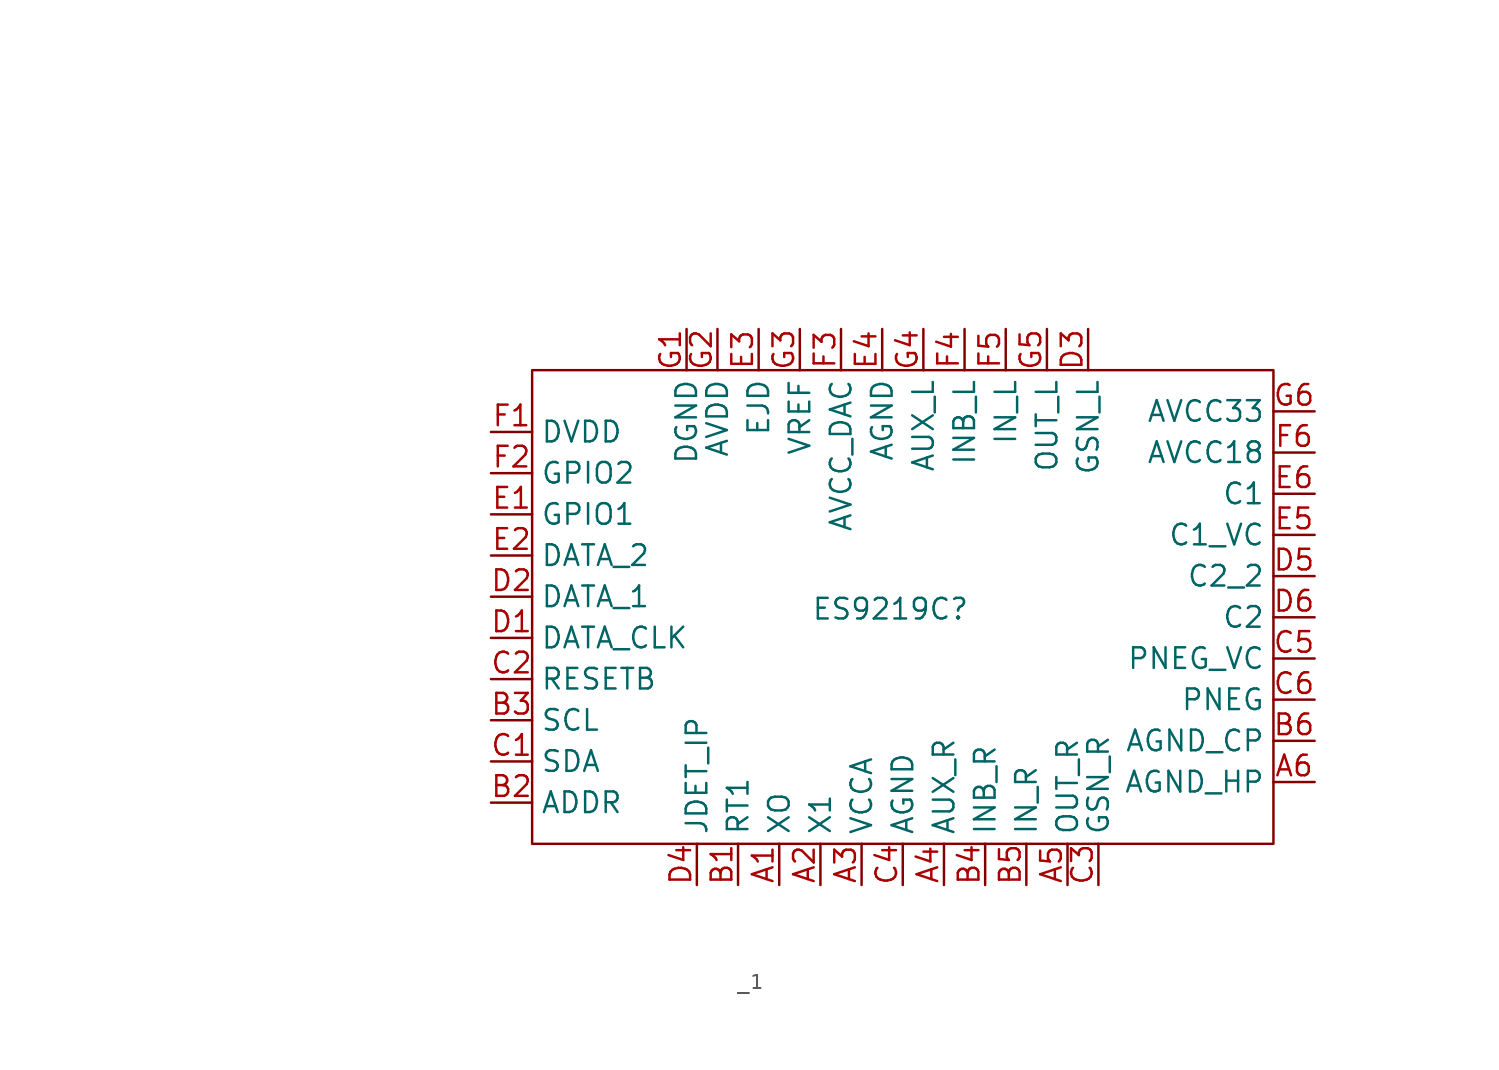
<source format=kicad_sym>
(kicad_symbol_lib
  (version 20241209)
  (generator "kicad_symbol_editor")
  (generator_version "9.0")
  (symbol "_1"
    (property "Reference" "ES9219C"
      (at 43.688 -28.702 0)
      (effects (font (size 1.27 1.27))))
    (property "Value" ""
      (at 0 0 0)
      (effects (font (size 1.27 1.27))))
    (symbol "_1_0_1"
      (rectangle (start 21.59 -13.97) (end 67.31 -43.18) (stroke (width 0) (type default)) (fill (type none))))
    (symbol "_1_1_1"
      (pin power_in line (at 19.05 -17.78 0) (length 2.54) (name "DVDD" (effects (font (size 1.27 1.27)))) (number "F1" (effects (font (size 1.27 1.27)))))
      (pin input line (at 19.05 -20.32 0) (length 2.54) (name "GPIO2" (effects (font (size 1.27 1.27)))) (number "F2" (effects (font (size 1.27 1.27)))))
      (pin input line (at 19.05 -22.86 0) (length 2.54) (name "GPIO1" (effects (font (size 1.27 1.27)))) (number "E1" (effects (font (size 1.27 1.27)))))
      (pin input line (at 19.05 -25.4 0) (length 2.54) (name "DATA_2" (effects (font (size 1.27 1.27)))) (number "E2" (effects (font (size 1.27 1.27)))))
      (pin input line (at 19.05 -27.94 0) (length 2.54) (name "DATA_1" (effects (font (size 1.27 1.27)))) (number "D2" (effects (font (size 1.27 1.27)))))
      (pin input line (at 19.05 -30.48 0) (length 2.54) (name "DATA_CLK" (effects (font (size 1.27 1.27)))) (number "D1" (effects (font (size 1.27 1.27)))))
      (pin input line (at 19.05 -33.02 0) (length 2.54) (name "RESETB" (effects (font (size 1.27 1.27)))) (number "C2" (effects (font (size 1.27 1.27)))))
      (pin input line (at 19.05 -35.56 0) (length 2.54) (name "SCL" (effects (font (size 1.27 1.27)))) (number "B3" (effects (font (size 1.27 1.27)))))
      (pin bidirectional line (at 19.05 -38.1 0) (length 2.54) (name "SDA" (effects (font (size 1.27 1.27)))) (number "C1" (effects (font (size 1.27 1.27)))))
      (pin input line (at 19.05 -40.64 0) (length 2.54) (name "ADDR" (effects (font (size 1.27 1.27)))) (number "B2" (effects (font (size 1.27 1.27)))))
      (pin power_in line (at 31.115 -11.43 270) (length 2.54) (name "DGND" (effects (font (size 1.27 1.27)))) (number "G1" (effects (font (size 1.27 1.27)))))
      (pin input line (at 31.75 -45.72 90) (length 2.54) (name "JDET_IP" (effects (font (size 1.27 1.27)))) (number "D4" (effects (font (size 1.27 1.27)))))
      (pin power_in line (at 33.02 -11.43 270) (length 2.54) (name "AVDD" (effects (font (size 1.27 1.27)))) (number "G2" (effects (font (size 1.27 1.27)))))
      (pin passive line (at 34.29 -45.72 90) (length 2.54) (name "RT1" (effects (font (size 1.27 1.27)))) (number "B1" (effects (font (size 1.27 1.27)))))
      (pin input line (at 35.56 -11.43 270) (length 2.54) (name "EJD" (effects (font (size 1.27 1.27)))) (number "E3" (effects (font (size 1.27 1.27)))))
      (pin input line (at 36.83 -45.72 90) (length 2.54) (name "XO" (effects (font (size 1.27 1.27)))) (number "A1" (effects (font (size 1.27 1.27)))))
      (pin power_in line (at 38.1 -11.43 270) (length 2.54) (name "VREF" (effects (font (size 1.27 1.27)))) (number "G3" (effects (font (size 1.27 1.27)))))
      (pin input line (at 39.37 -45.72 90) (length 2.54) (name "X1" (effects (font (size 1.27 1.27)))) (number "A2" (effects (font (size 1.27 1.27)))))
      (pin power_in line (at 40.64 -11.43 270) (length 2.54) (name "AVCC_DAC" (effects (font (size 1.27 1.27)))) (number "F3" (effects (font (size 1.27 1.27)))))
      (pin power_in line (at 41.91 -45.72 90) (length 2.54) (name "VCCA" (effects (font (size 1.27 1.27)))) (number "A3" (effects (font (size 1.27 1.27)))))
      (pin power_in line (at 43.18 -11.43 270) (length 2.54) (name "AGND" (effects (font (size 1.27 1.27)))) (number "E4" (effects (font (size 1.27 1.27)))))
      (pin power_in line (at 44.45 -45.72 90) (length 2.54) (name "AGND" (effects (font (size 1.27 1.27)))) (number "C4" (effects (font (size 1.27 1.27)))))
      (pin input line (at 45.72 -11.43 270) (length 2.54) (name "AUX_L" (effects (font (size 1.27 1.27)))) (number "G4" (effects (font (size 1.27 1.27)))))
      (pin input line (at 46.99 -45.72 90) (length 2.54) (name "AUX_R" (effects (font (size 1.27 1.27)))) (number "A4" (effects (font (size 1.27 1.27)))))
      (pin input line (at 48.26 -11.43 270) (length 2.54) (name "INB_L" (effects (font (size 1.27 1.27)))) (number "F4" (effects (font (size 1.27 1.27)))))
      (pin input line (at 49.53 -45.72 90) (length 2.54) (name "INB_R" (effects (font (size 1.27 1.27)))) (number "B4" (effects (font (size 1.27 1.27)))))
      (pin input line (at 50.8 -11.43 270) (length 2.54) (name "IN_L" (effects (font (size 1.27 1.27)))) (number "F5" (effects (font (size 1.27 1.27)))))
      (pin input line (at 52.07 -45.72 90) (length 2.54) (name "IN_R" (effects (font (size 1.27 1.27)))) (number "B5" (effects (font (size 1.27 1.27)))))
      (pin output line (at 53.34 -11.43 270) (length 2.54) (name "OUT_L" (effects (font (size 1.27 1.27)))) (number "G5" (effects (font (size 1.27 1.27)))))
      (pin output line (at 54.61 -45.72 90) (length 2.54) (name "OUT_R" (effects (font (size 1.27 1.27)))) (number "A5" (effects (font (size 1.27 1.27)))))
      (pin input line (at 55.88 -11.43 270) (length 2.54) (name "GSN_L" (effects (font (size 1.27 1.27)))) (number "D3" (effects (font (size 1.27 1.27)))))
      (pin input line (at 56.515 -45.72 90) (length 2.54) (name "GSN_R" (effects (font (size 1.27 1.27)))) (number "C3" (effects (font (size 1.27 1.27)))))
      (pin power_in line (at 69.85 -16.51 180) (length 2.54) (name "AVCC33" (effects (font (size 1.27 1.27)))) (number "G6" (effects (font (size 1.27 1.27)))))
      (pin power_in line (at 69.85 -19.05 180) (length 2.54) (name "AVCC18" (effects (font (size 1.27 1.27)))) (number "F6" (effects (font (size 1.27 1.27)))))
      (pin passive line (at 69.85 -21.59 180) (length 2.54) (name "C1" (effects (font (size 1.27 1.27)))) (number "E6" (effects (font (size 1.27 1.27)))))
      (pin passive line (at 69.85 -24.13 180) (length 2.54) (name "C1_VC" (effects (font (size 1.27 1.27)))) (number "E5" (effects (font (size 1.27 1.27)))))
      (pin passive line (at 69.85 -26.67 180) (length 2.54) (name "C2_2" (effects (font (size 1.27 1.27)))) (number "D5" (effects (font (size 1.27 1.27)))))
      (pin passive line (at 69.85 -29.21 180) (length 2.54) (name "C2" (effects (font (size 1.27 1.27)))) (number "D6" (effects (font (size 1.27 1.27)))))
      (pin passive line (at 69.85 -31.75 180) (length 2.54) (name "PNEG_VC" (effects (font (size 1.27 1.27)))) (number "C5" (effects (font (size 1.27 1.27)))))
      (pin passive line (at 69.85 -34.29 180) (length 2.54) (name "PNEG" (effects (font (size 1.27 1.27)))) (number "C6" (effects (font (size 1.27 1.27)))))
      (pin power_in line (at 69.85 -36.83 180) (length 2.54) (name "AGND_CP" (effects (font (size 1.27 1.27)))) (number "B6" (effects (font (size 1.27 1.27)))))
      (pin power_in line (at 69.85 -39.37 180) (length 2.54) (name "AGND_HP" (effects (font (size 1.27 1.27)))) (number "A6" (effects (font (size 1.27 1.27))))))))
</source>
